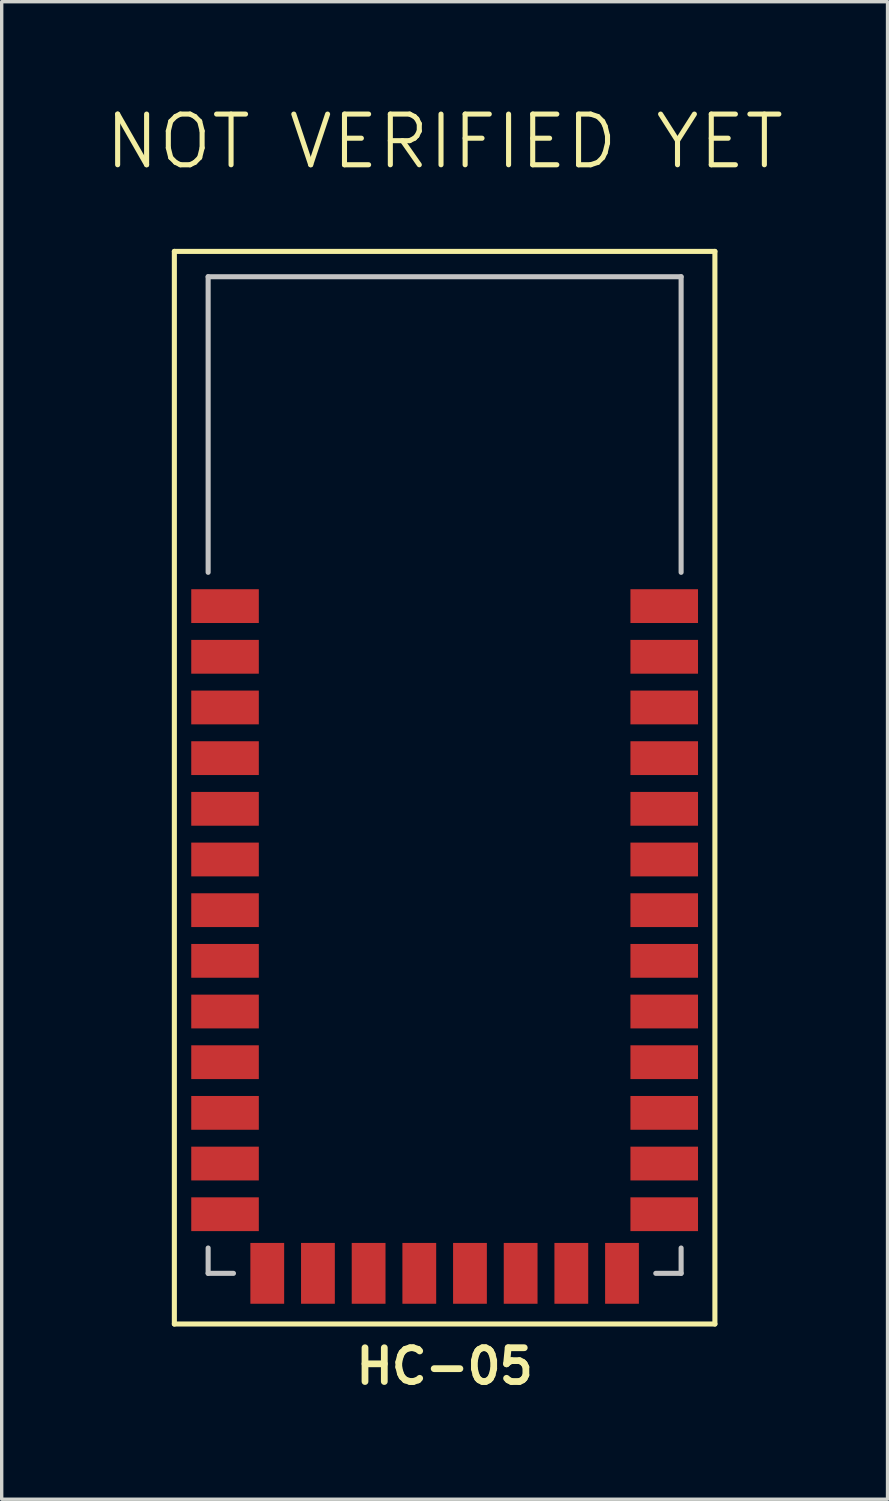
<source format=kicad_pcb>
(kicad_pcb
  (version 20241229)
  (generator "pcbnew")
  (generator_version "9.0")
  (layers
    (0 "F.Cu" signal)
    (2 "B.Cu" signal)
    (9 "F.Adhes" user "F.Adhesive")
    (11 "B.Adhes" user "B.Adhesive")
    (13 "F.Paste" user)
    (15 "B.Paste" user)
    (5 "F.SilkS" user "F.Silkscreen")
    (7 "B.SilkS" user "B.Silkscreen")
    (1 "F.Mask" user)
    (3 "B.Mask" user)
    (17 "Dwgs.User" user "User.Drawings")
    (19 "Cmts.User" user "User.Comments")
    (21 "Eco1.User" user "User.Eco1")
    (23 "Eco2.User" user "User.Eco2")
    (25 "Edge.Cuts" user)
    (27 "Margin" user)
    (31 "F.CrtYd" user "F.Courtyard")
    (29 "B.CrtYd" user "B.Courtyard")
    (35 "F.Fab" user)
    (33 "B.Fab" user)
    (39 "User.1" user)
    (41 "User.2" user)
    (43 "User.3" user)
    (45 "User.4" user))
  (footprint "HC-05"
    (layer "F.Cu")
    (at 10.111 21.391)
    (property "Reference" "HC-05" (at 0 16 0) (layer "F.SilkS") (effects (font (size 1 1) (thickness 0.2))))
    (attr through_hole)
    (fp_line (start -8 -17) (end 8 -17) (stroke (width 0.15) (type solid)) (layer "F.SilkS"))
    (fp_line (start -8 14.75) (end -8 -17) (stroke (width 0.15) (type solid)) (layer "F.SilkS"))
    (fp_line (start 8 -17) (end 8 14.75) (stroke (width 0.15) (type solid)) (layer "F.SilkS"))
    (fp_line (start 8 14.75) (end -8 14.75) (stroke (width 0.15) (type solid)) (layer "F.SilkS"))
    (fp_line (start -7 -7.5) (end -7 -16.25) (stroke (width 0.15) (type solid)) (layer "Dwgs.User"))
    (fp_line (start -7 13.25) (end -7 12.5) (stroke (width 0.15) (type solid)) (layer "Dwgs.User"))
    (fp_line (start -7 13.25) (end -6.25 13.25) (stroke (width 0.15) (type solid)) (layer "Dwgs.User"))
    (fp_line (start 7 -16.25) (end -7 -16.25) (stroke (width 0.15) (type solid)) (layer "Dwgs.User"))
    (fp_line (start 7 -16.25) (end 7 -7.5) (stroke (width 0.15) (type solid)) (layer "Dwgs.User"))
    (fp_line (start 7 13.25) (end 6.25 13.25) (stroke (width 0.15) (type solid)) (layer "Dwgs.User"))
    (fp_line (start 7 13.25) (end 7 12.5) (stroke (width 0.15) (type solid)) (layer "Dwgs.User"))
    (fp_text user "NOT VERIFIED YET" (at 0 -20.25 0) (layer "F.SilkS") (effects (font (size 1.5 1.5) (thickness 0.15))))
    (pad "1" smd rect (at -6.5 -6.5 90) (size 1 2) (layers "F.Cu" "F.Mask" "F.Paste"))
    (pad "2" smd rect (at -6.5 -5 90) (size 1 2) (layers "F.Cu" "F.Mask" "F.Paste"))
    (pad "3" smd rect (at -6.5 -3.5 90) (size 1 2) (layers "F.Cu" "F.Mask" "F.Paste"))
    (pad "4" smd rect (at -6.5 -2 90) (size 1 2) (layers "F.Cu" "F.Mask" "F.Paste"))
    (pad "5" smd rect (at -6.5 -0.5 90) (size 1 2) (layers "F.Cu" "F.Mask" "F.Paste"))
    (pad "6" smd rect (at -6.5 1 90) (size 1 2) (layers "F.Cu" "F.Mask" "F.Paste"))
    (pad "7" smd rect (at -6.5 2.5 90) (size 1 2) (layers "F.Cu" "F.Mask" "F.Paste"))
    (pad "8" smd rect (at -6.5 4 90) (size 1 2) (layers "F.Cu" "F.Mask" "F.Paste"))
    (pad "9" smd rect (at -6.5 5.5 90) (size 1 2) (layers "F.Cu" "F.Mask" "F.Paste"))
    (pad "10" smd rect (at -6.5 7 90) (size 1 2) (layers "F.Cu" "F.Mask" "F.Paste"))
    (pad "11" smd rect (at -6.5 8.5 90) (size 1 2) (layers "F.Cu" "F.Mask" "F.Paste"))
    (pad "12" smd rect (at -6.5 10 90) (size 1 2) (layers "F.Cu" "F.Mask" "F.Paste"))
    (pad "13" smd rect (at -6.5 11.5 90) (size 1 2) (layers "F.Cu" "F.Mask" "F.Paste"))
    (pad "14" smd rect (at -5.25 13.25) (size 1 1.8) (layers "F.Cu" "F.Mask" "F.Paste"))
    (pad "15" smd rect (at -3.75 13.25) (size 1 1.8) (layers "F.Cu" "F.Mask" "F.Paste"))
    (pad "16" smd rect (at -2.25 13.25) (size 1 1.8) (layers "F.Cu" "F.Mask" "F.Paste"))
    (pad "17" smd rect (at -0.75 13.25) (size 1 1.8) (layers "F.Cu" "F.Mask" "F.Paste"))
    (pad "18" smd rect (at 0.75 13.25) (size 1 1.8) (layers "F.Cu" "F.Mask" "F.Paste"))
    (pad "19" smd rect (at 2.25 13.25) (size 1 1.8) (layers "F.Cu" "F.Mask" "F.Paste"))
    (pad "20" smd rect (at 3.75 13.25) (size 1 1.8) (layers "F.Cu" "F.Mask" "F.Paste"))
    (pad "21" smd rect (at 5.25 13.25) (size 1 1.8) (layers "F.Cu" "F.Mask" "F.Paste"))
    (pad "22" smd rect (at 6.5 11.5) (size 2 1) (layers "F.Cu" "F.Mask" "F.Paste"))
    (pad "23" smd rect (at 6.5 10) (size 2 1) (layers "F.Cu" "F.Mask" "F.Paste"))
    (pad "24" smd rect (at 6.5 8.5) (size 2 1) (layers "F.Cu" "F.Mask" "F.Paste"))
    (pad "25" smd rect (at 6.5 7) (size 2 1) (layers "F.Cu" "F.Mask" "F.Paste"))
    (pad "26" smd rect (at 6.5 5.5) (size 2 1) (layers "F.Cu" "F.Mask" "F.Paste"))
    (pad "27" smd rect (at 6.5 4) (size 2 1) (layers "F.Cu" "F.Mask" "F.Paste"))
    (pad "28" smd rect (at 6.5 2.5) (size 2 1) (layers "F.Cu" "F.Mask" "F.Paste"))
    (pad "29" smd rect (at 6.5 1) (size 2 1) (layers "F.Cu" "F.Mask" "F.Paste"))
    (pad "30" smd rect (at 6.5 -0.5) (size 2 1) (layers "F.Cu" "F.Mask" "F.Paste"))
    (pad "31" smd rect (at 6.5 -2) (size 2 1) (layers "F.Cu" "F.Mask" "F.Paste"))
    (pad "32" smd rect (at 6.5 -3.5) (size 2 1) (layers "F.Cu" "F.Mask" "F.Paste"))
    (pad "33" smd rect (at 6.5 -5) (size 2 1) (layers "F.Cu" "F.Mask" "F.Paste"))
    (pad "34" smd rect (at 6.5 -6.5) (size 2 1) (layers "F.Cu" "F.Mask" "F.Paste")))
  (gr_rect
    (start -3 -3)
    (end 23.221 41.327)
    (stroke (width 0.1) (type default))
    (fill no)
    (layer "Edge.Cuts")))
</source>
